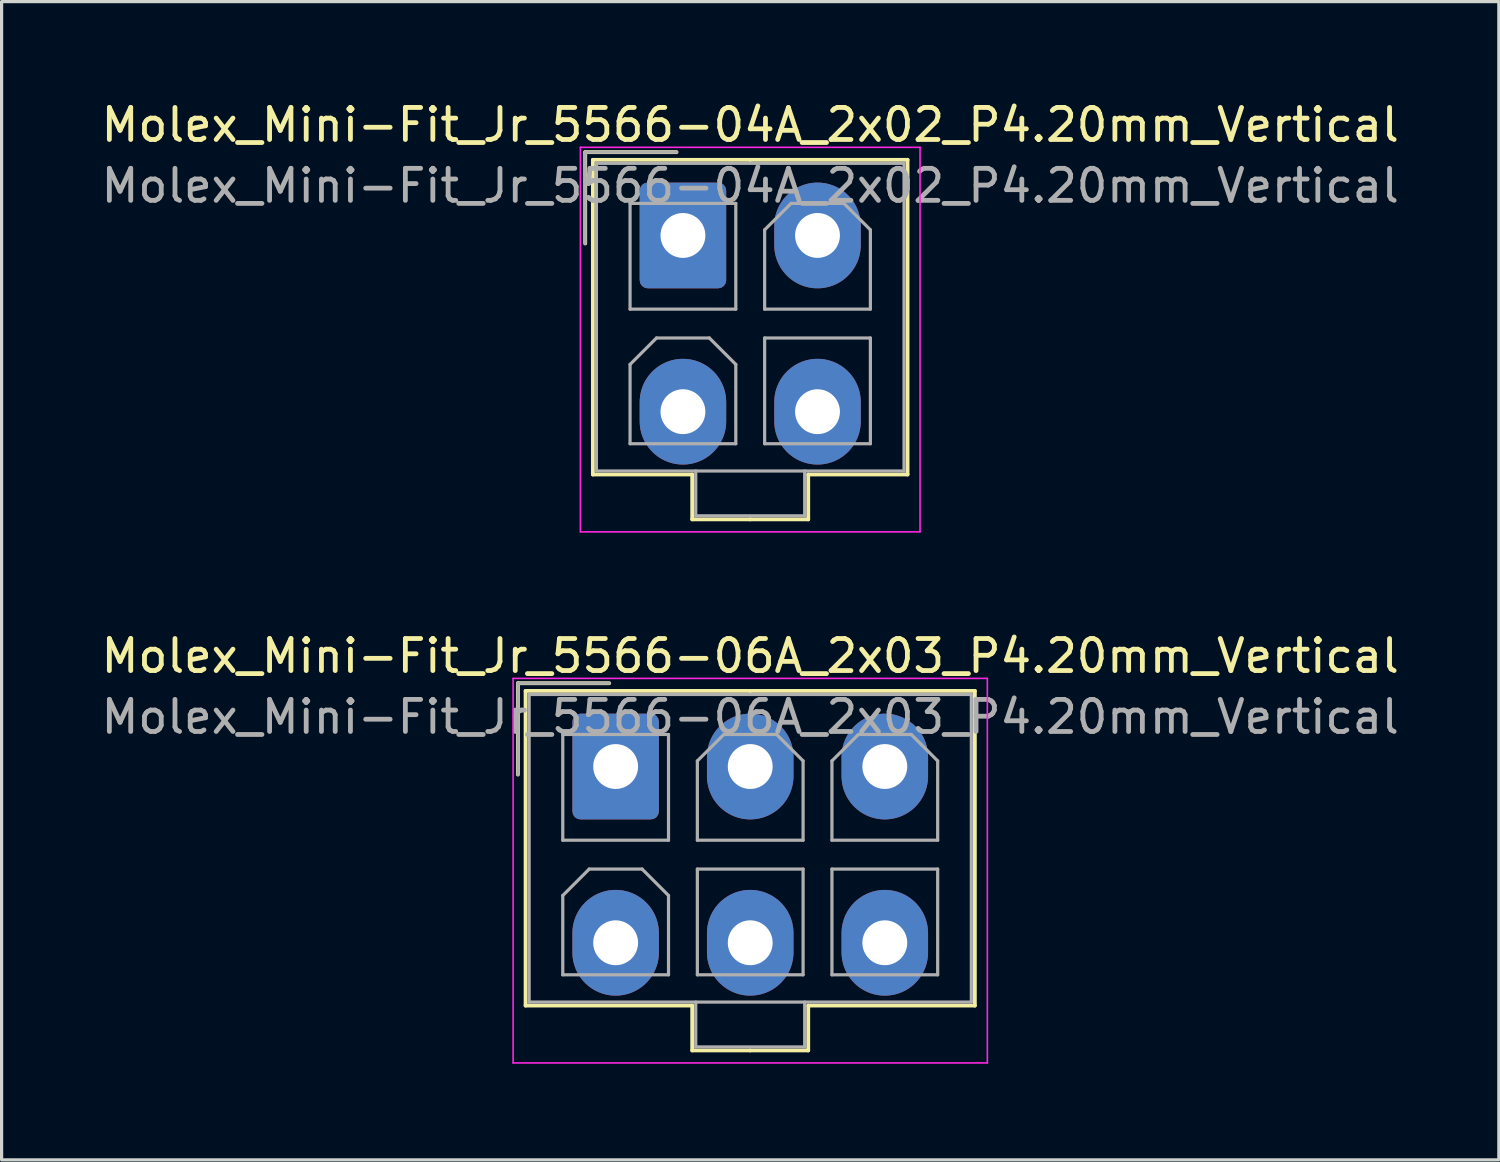
<source format=kicad_pcb>
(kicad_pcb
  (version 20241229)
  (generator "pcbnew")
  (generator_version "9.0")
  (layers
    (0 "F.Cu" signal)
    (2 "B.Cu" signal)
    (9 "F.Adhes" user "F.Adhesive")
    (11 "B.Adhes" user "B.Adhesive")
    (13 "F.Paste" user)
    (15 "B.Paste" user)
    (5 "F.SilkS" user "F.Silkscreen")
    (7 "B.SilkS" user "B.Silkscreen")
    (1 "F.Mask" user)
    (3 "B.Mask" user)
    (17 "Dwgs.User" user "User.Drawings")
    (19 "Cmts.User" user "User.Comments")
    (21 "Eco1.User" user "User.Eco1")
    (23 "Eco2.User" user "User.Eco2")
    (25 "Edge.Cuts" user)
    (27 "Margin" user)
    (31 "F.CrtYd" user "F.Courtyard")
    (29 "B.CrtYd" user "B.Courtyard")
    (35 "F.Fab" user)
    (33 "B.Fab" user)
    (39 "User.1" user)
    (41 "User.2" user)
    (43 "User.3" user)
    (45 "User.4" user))
  (footprint "Molex_Mini-Fit_Jr_5566-06A_2x03_P4.20mm_Vertical"
    (layer "F.Cu")
    (at 16.163 20.872)
    (property "Reference" "Molex_Mini-Fit_Jr_5566-06A_2x03_P4.20mm_Vertical" (at 4.2 -3.45 0) (layer "F.SilkS") (effects (font (size 1 1) (thickness 0.15))))
    (attr through_hole)
    (fp_line (start -3.05 -2.6) (end -3.05 0.25) (stroke (width 0.12) (type solid)) (layer "F.SilkS"))
    (fp_line (start -2.81 -2.36) (end -2.81 7.46) (stroke (width 0.12) (type solid)) (layer "F.SilkS"))
    (fp_line (start -2.81 7.46) (end 2.39 7.46) (stroke (width 0.12) (type solid)) (layer "F.SilkS"))
    (fp_line (start -0.2 -2.6) (end -3.05 -2.6) (stroke (width 0.12) (type solid)) (layer "F.SilkS"))
    (fp_line (start 2.39 7.46) (end 2.39 8.86) (stroke (width 0.12) (type solid)) (layer "F.SilkS"))
    (fp_line (start 2.39 8.86) (end 4.2 8.86) (stroke (width 0.12) (type solid)) (layer "F.SilkS"))
    (fp_line (start 4.2 -2.36) (end -2.81 -2.36) (stroke (width 0.12) (type solid)) (layer "F.SilkS"))
    (fp_line (start 4.2 -2.36) (end 11.21 -2.36) (stroke (width 0.12) (type solid)) (layer "F.SilkS"))
    (fp_line (start 6.01 7.46) (end 6.01 8.86) (stroke (width 0.12) (type solid)) (layer "F.SilkS"))
    (fp_line (start 6.01 8.86) (end 4.2 8.86) (stroke (width 0.12) (type solid)) (layer "F.SilkS"))
    (fp_line (start 11.21 -2.36) (end 11.21 7.46) (stroke (width 0.12) (type solid)) (layer "F.SilkS"))
    (fp_line (start 11.21 7.46) (end 6.01 7.46) (stroke (width 0.12) (type solid)) (layer "F.SilkS"))
    (fp_line (start -3.2 -2.75) (end -3.2 9.25) (stroke (width 0.05) (type solid)) (layer "F.CrtYd"))
    (fp_line (start -3.2 9.25) (end 11.6 9.25) (stroke (width 0.05) (type solid)) (layer "F.CrtYd"))
    (fp_line (start 11.6 -2.75) (end -3.2 -2.75) (stroke (width 0.05) (type solid)) (layer "F.CrtYd"))
    (fp_line (start 11.6 9.25) (end 11.6 -2.75) (stroke (width 0.05) (type solid)) (layer "F.CrtYd"))
    (fp_line (start -3.05 -2.6) (end -3.05 0.25) (stroke (width 0.1) (type solid)) (layer "F.Fab"))
    (fp_line (start -2.7 -2.25) (end -2.7 7.35) (stroke (width 0.1) (type solid)) (layer "F.Fab"))
    (fp_line (start -2.7 7.35) (end 11.1 7.35) (stroke (width 0.1) (type solid)) (layer "F.Fab"))
    (fp_line (start -1.65 -1) (end -1.65 2.3) (stroke (width 0.1) (type solid)) (layer "F.Fab"))
    (fp_line (start -1.65 2.3) (end 1.65 2.3) (stroke (width 0.1) (type solid)) (layer "F.Fab"))
    (fp_line (start -1.65 4.025) (end -0.825 3.2) (stroke (width 0.1) (type solid)) (layer "F.Fab"))
    (fp_line (start -1.65 6.5) (end -1.65 4.025) (stroke (width 0.1) (type solid)) (layer "F.Fab"))
    (fp_line (start -0.825 3.2) (end 0.825 3.2) (stroke (width 0.1) (type solid)) (layer "F.Fab"))
    (fp_line (start -0.2 -2.6) (end -3.05 -2.6) (stroke (width 0.1) (type solid)) (layer "F.Fab"))
    (fp_line (start 0.825 3.2) (end 1.65 4.025) (stroke (width 0.1) (type solid)) (layer "F.Fab"))
    (fp_line (start 1.65 -1) (end -1.65 -1) (stroke (width 0.1) (type solid)) (layer "F.Fab"))
    (fp_line (start 1.65 2.3) (end 1.65 -1) (stroke (width 0.1) (type solid)) (layer "F.Fab"))
    (fp_line (start 1.65 4.025) (end 1.65 6.5) (stroke (width 0.1) (type solid)) (layer "F.Fab"))
    (fp_line (start 1.65 6.5) (end -1.65 6.5) (stroke (width 0.1) (type solid)) (layer "F.Fab"))
    (fp_line (start 2.5 7.35) (end 2.5 8.75) (stroke (width 0.1) (type solid)) (layer "F.Fab"))
    (fp_line (start 2.5 8.75) (end 5.9 8.75) (stroke (width 0.1) (type solid)) (layer "F.Fab"))
    (fp_line (start 2.55 -0.175) (end 3.375 -1) (stroke (width 0.1) (type solid)) (layer "F.Fab"))
    (fp_line (start 2.55 2.3) (end 2.55 -0.175) (stroke (width 0.1) (type solid)) (layer "F.Fab"))
    (fp_line (start 2.55 3.2) (end 2.55 6.5) (stroke (width 0.1) (type solid)) (layer "F.Fab"))
    (fp_line (start 2.55 6.5) (end 5.85 6.5) (stroke (width 0.1) (type solid)) (layer "F.Fab"))
    (fp_line (start 3.375 -1) (end 5.025 -1) (stroke (width 0.1) (type solid)) (layer "F.Fab"))
    (fp_line (start 5.025 -1) (end 5.85 -0.175) (stroke (width 0.1) (type solid)) (layer "F.Fab"))
    (fp_line (start 5.85 -0.175) (end 5.85 2.3) (stroke (width 0.1) (type solid)) (layer "F.Fab"))
    (fp_line (start 5.85 2.3) (end 2.55 2.3) (stroke (width 0.1) (type solid)) (layer "F.Fab"))
    (fp_line (start 5.85 3.2) (end 2.55 3.2) (stroke (width 0.1) (type solid)) (layer "F.Fab"))
    (fp_line (start 5.85 6.5) (end 5.85 3.2) (stroke (width 0.1) (type solid)) (layer "F.Fab"))
    (fp_line (start 5.9 8.75) (end 5.9 7.35) (stroke (width 0.1) (type solid)) (layer "F.Fab"))
    (fp_line (start 6.75 -0.175) (end 7.575 -1) (stroke (width 0.1) (type solid)) (layer "F.Fab"))
    (fp_line (start 6.75 2.3) (end 6.75 -0.175) (stroke (width 0.1) (type solid)) (layer "F.Fab"))
    (fp_line (start 6.75 3.2) (end 6.75 6.5) (stroke (width 0.1) (type solid)) (layer "F.Fab"))
    (fp_line (start 6.75 6.5) (end 10.05 6.5) (stroke (width 0.1) (type solid)) (layer "F.Fab"))
    (fp_line (start 7.575 -1) (end 9.225 -1) (stroke (width 0.1) (type solid)) (layer "F.Fab"))
    (fp_line (start 9.225 -1) (end 10.05 -0.175) (stroke (width 0.1) (type solid)) (layer "F.Fab"))
    (fp_line (start 10.05 -0.175) (end 10.05 2.3) (stroke (width 0.1) (type solid)) (layer "F.Fab"))
    (fp_line (start 10.05 2.3) (end 6.75 2.3) (stroke (width 0.1) (type solid)) (layer "F.Fab"))
    (fp_line (start 10.05 3.2) (end 6.75 3.2) (stroke (width 0.1) (type solid)) (layer "F.Fab"))
    (fp_line (start 10.05 6.5) (end 10.05 3.2) (stroke (width 0.1) (type solid)) (layer "F.Fab"))
    (fp_line (start 11.1 -2.25) (end -2.7 -2.25) (stroke (width 0.1) (type solid)) (layer "F.Fab"))
    (fp_line (start 11.1 7.35) (end 11.1 -2.25) (stroke (width 0.1) (type solid)) (layer "F.Fab"))
    (fp_text user "${REFERENCE}" (at 4.2 -1.55 0) (layer "F.Fab") (effects (font (size 1 1) (thickness 0.15))))
    (pad "1" thru_hole roundrect (at 0 0) (size 2.7 3.3) (drill 1.4) (layers "*.Cu" "*.Mask") (roundrect_rratio 0.093))
    (pad "2" thru_hole oval (at 4.2 0) (size 2.7 3.3) (drill 1.4) (layers "*.Cu" "*.Mask"))
    (pad "3" thru_hole oval (at 8.4 0) (size 2.7 3.3) (drill 1.4) (layers "*.Cu" "*.Mask"))
    (pad "4" thru_hole oval (at 0 5.5) (size 2.7 3.3) (drill 1.4) (layers "*.Cu" "*.Mask"))
    (pad "5" thru_hole oval (at 4.2 5.5) (size 2.7 3.3) (drill 1.4) (layers "*.Cu" "*.Mask"))
    (pad "6" thru_hole oval (at 8.4 5.5) (size 2.7 3.3) (drill 1.4) (layers "*.Cu" "*.Mask")))
  (footprint "Molex_Mini-Fit_Jr_5566-04A_2x02_P4.20mm_Vertical"
    (layer "F.Cu")
    (at 18.263 4.298)
    (property "Reference" "Molex_Mini-Fit_Jr_5566-04A_2x02_P4.20mm_Vertical" (at 2.1 -3.45 0) (layer "F.SilkS") (effects (font (size 1 1) (thickness 0.15))))
    (attr through_hole)
    (fp_line (start -3.05 -2.6) (end -3.05 0.25) (stroke (width 0.12) (type solid)) (layer "F.SilkS"))
    (fp_line (start -2.81 -2.36) (end -2.81 7.46) (stroke (width 0.12) (type solid)) (layer "F.SilkS"))
    (fp_line (start -2.81 7.46) (end 0.29 7.46) (stroke (width 0.12) (type solid)) (layer "F.SilkS"))
    (fp_line (start -0.2 -2.6) (end -3.05 -2.6) (stroke (width 0.12) (type solid)) (layer "F.SilkS"))
    (fp_line (start 0.29 7.46) (end 0.29 8.86) (stroke (width 0.12) (type solid)) (layer "F.SilkS"))
    (fp_line (start 0.29 8.86) (end 2.1 8.86) (stroke (width 0.12) (type solid)) (layer "F.SilkS"))
    (fp_line (start 2.1 -2.36) (end -2.81 -2.36) (stroke (width 0.12) (type solid)) (layer "F.SilkS"))
    (fp_line (start 2.1 -2.36) (end 7.01 -2.36) (stroke (width 0.12) (type solid)) (layer "F.SilkS"))
    (fp_line (start 3.91 7.46) (end 3.91 8.86) (stroke (width 0.12) (type solid)) (layer "F.SilkS"))
    (fp_line (start 3.91 8.86) (end 2.1 8.86) (stroke (width 0.12) (type solid)) (layer "F.SilkS"))
    (fp_line (start 7.01 -2.36) (end 7.01 7.46) (stroke (width 0.12) (type solid)) (layer "F.SilkS"))
    (fp_line (start 7.01 7.46) (end 3.91 7.46) (stroke (width 0.12) (type solid)) (layer "F.SilkS"))
    (fp_line (start -3.2 -2.75) (end -3.2 9.25) (stroke (width 0.05) (type solid)) (layer "F.CrtYd"))
    (fp_line (start -3.2 9.25) (end 7.4 9.25) (stroke (width 0.05) (type solid)) (layer "F.CrtYd"))
    (fp_line (start 7.4 -2.75) (end -3.2 -2.75) (stroke (width 0.05) (type solid)) (layer "F.CrtYd"))
    (fp_line (start 7.4 9.25) (end 7.4 -2.75) (stroke (width 0.05) (type solid)) (layer "F.CrtYd"))
    (fp_line (start -3.05 -2.6) (end -3.05 0.25) (stroke (width 0.1) (type solid)) (layer "F.Fab"))
    (fp_line (start -2.7 -2.25) (end -2.7 7.35) (stroke (width 0.1) (type solid)) (layer "F.Fab"))
    (fp_line (start -2.7 7.35) (end 6.9 7.35) (stroke (width 0.1) (type solid)) (layer "F.Fab"))
    (fp_line (start -1.65 -1) (end -1.65 2.3) (stroke (width 0.1) (type solid)) (layer "F.Fab"))
    (fp_line (start -1.65 2.3) (end 1.65 2.3) (stroke (width 0.1) (type solid)) (layer "F.Fab"))
    (fp_line (start -1.65 4.025) (end -0.825 3.2) (stroke (width 0.1) (type solid)) (layer "F.Fab"))
    (fp_line (start -1.65 6.5) (end -1.65 4.025) (stroke (width 0.1) (type solid)) (layer "F.Fab"))
    (fp_line (start -0.825 3.2) (end 0.825 3.2) (stroke (width 0.1) (type solid)) (layer "F.Fab"))
    (fp_line (start -0.2 -2.6) (end -3.05 -2.6) (stroke (width 0.1) (type solid)) (layer "F.Fab"))
    (fp_line (start 0.4 7.35) (end 0.4 8.75) (stroke (width 0.1) (type solid)) (layer "F.Fab"))
    (fp_line (start 0.4 8.75) (end 3.8 8.75) (stroke (width 0.1) (type solid)) (layer "F.Fab"))
    (fp_line (start 0.825 3.2) (end 1.65 4.025) (stroke (width 0.1) (type solid)) (layer "F.Fab"))
    (fp_line (start 1.65 -1) (end -1.65 -1) (stroke (width 0.1) (type solid)) (layer "F.Fab"))
    (fp_line (start 1.65 2.3) (end 1.65 -1) (stroke (width 0.1) (type solid)) (layer "F.Fab"))
    (fp_line (start 1.65 4.025) (end 1.65 6.5) (stroke (width 0.1) (type solid)) (layer "F.Fab"))
    (fp_line (start 1.65 6.5) (end -1.65 6.5) (stroke (width 0.1) (type solid)) (layer "F.Fab"))
    (fp_line (start 2.55 -0.175) (end 3.375 -1) (stroke (width 0.1) (type solid)) (layer "F.Fab"))
    (fp_line (start 2.55 2.3) (end 2.55 -0.175) (stroke (width 0.1) (type solid)) (layer "F.Fab"))
    (fp_line (start 2.55 3.2) (end 2.55 6.5) (stroke (width 0.1) (type solid)) (layer "F.Fab"))
    (fp_line (start 2.55 6.5) (end 5.85 6.5) (stroke (width 0.1) (type solid)) (layer "F.Fab"))
    (fp_line (start 3.375 -1) (end 5.025 -1) (stroke (width 0.1) (type solid)) (layer "F.Fab"))
    (fp_line (start 3.8 8.75) (end 3.8 7.35) (stroke (width 0.1) (type solid)) (layer "F.Fab"))
    (fp_line (start 5.025 -1) (end 5.85 -0.175) (stroke (width 0.1) (type solid)) (layer "F.Fab"))
    (fp_line (start 5.85 -0.175) (end 5.85 2.3) (stroke (width 0.1) (type solid)) (layer "F.Fab"))
    (fp_line (start 5.85 2.3) (end 2.55 2.3) (stroke (width 0.1) (type solid)) (layer "F.Fab"))
    (fp_line (start 5.85 3.2) (end 2.55 3.2) (stroke (width 0.1) (type solid)) (layer "F.Fab"))
    (fp_line (start 5.85 6.5) (end 5.85 3.2) (stroke (width 0.1) (type solid)) (layer "F.Fab"))
    (fp_line (start 6.9 -2.25) (end -2.7 -2.25) (stroke (width 0.1) (type solid)) (layer "F.Fab"))
    (fp_line (start 6.9 7.35) (end 6.9 -2.25) (stroke (width 0.1) (type solid)) (layer "F.Fab"))
    (fp_text user "${REFERENCE}" (at 2.1 -1.55 0) (layer "F.Fab") (effects (font (size 1 1) (thickness 0.15))))
    (pad "1" thru_hole roundrect (at 0 0) (size 2.7 3.3) (drill 1.4) (layers "*.Cu" "*.Mask") (roundrect_rratio 0.093))
    (pad "2" thru_hole oval (at 4.2 0) (size 2.7 3.3) (drill 1.4) (layers "*.Cu" "*.Mask"))
    (pad "3" thru_hole oval (at 0 5.5) (size 2.7 3.3) (drill 1.4) (layers "*.Cu" "*.Mask"))
    (pad "4" thru_hole oval (at 4.2 5.5) (size 2.7 3.3) (drill 1.4) (layers "*.Cu" "*.Mask")))
  (gr_rect
    (start -3 -3)
    (end 43.726 33.147)
    (stroke (width 0.1) (type default))
    (fill no)
    (layer "Edge.Cuts")))
</source>
